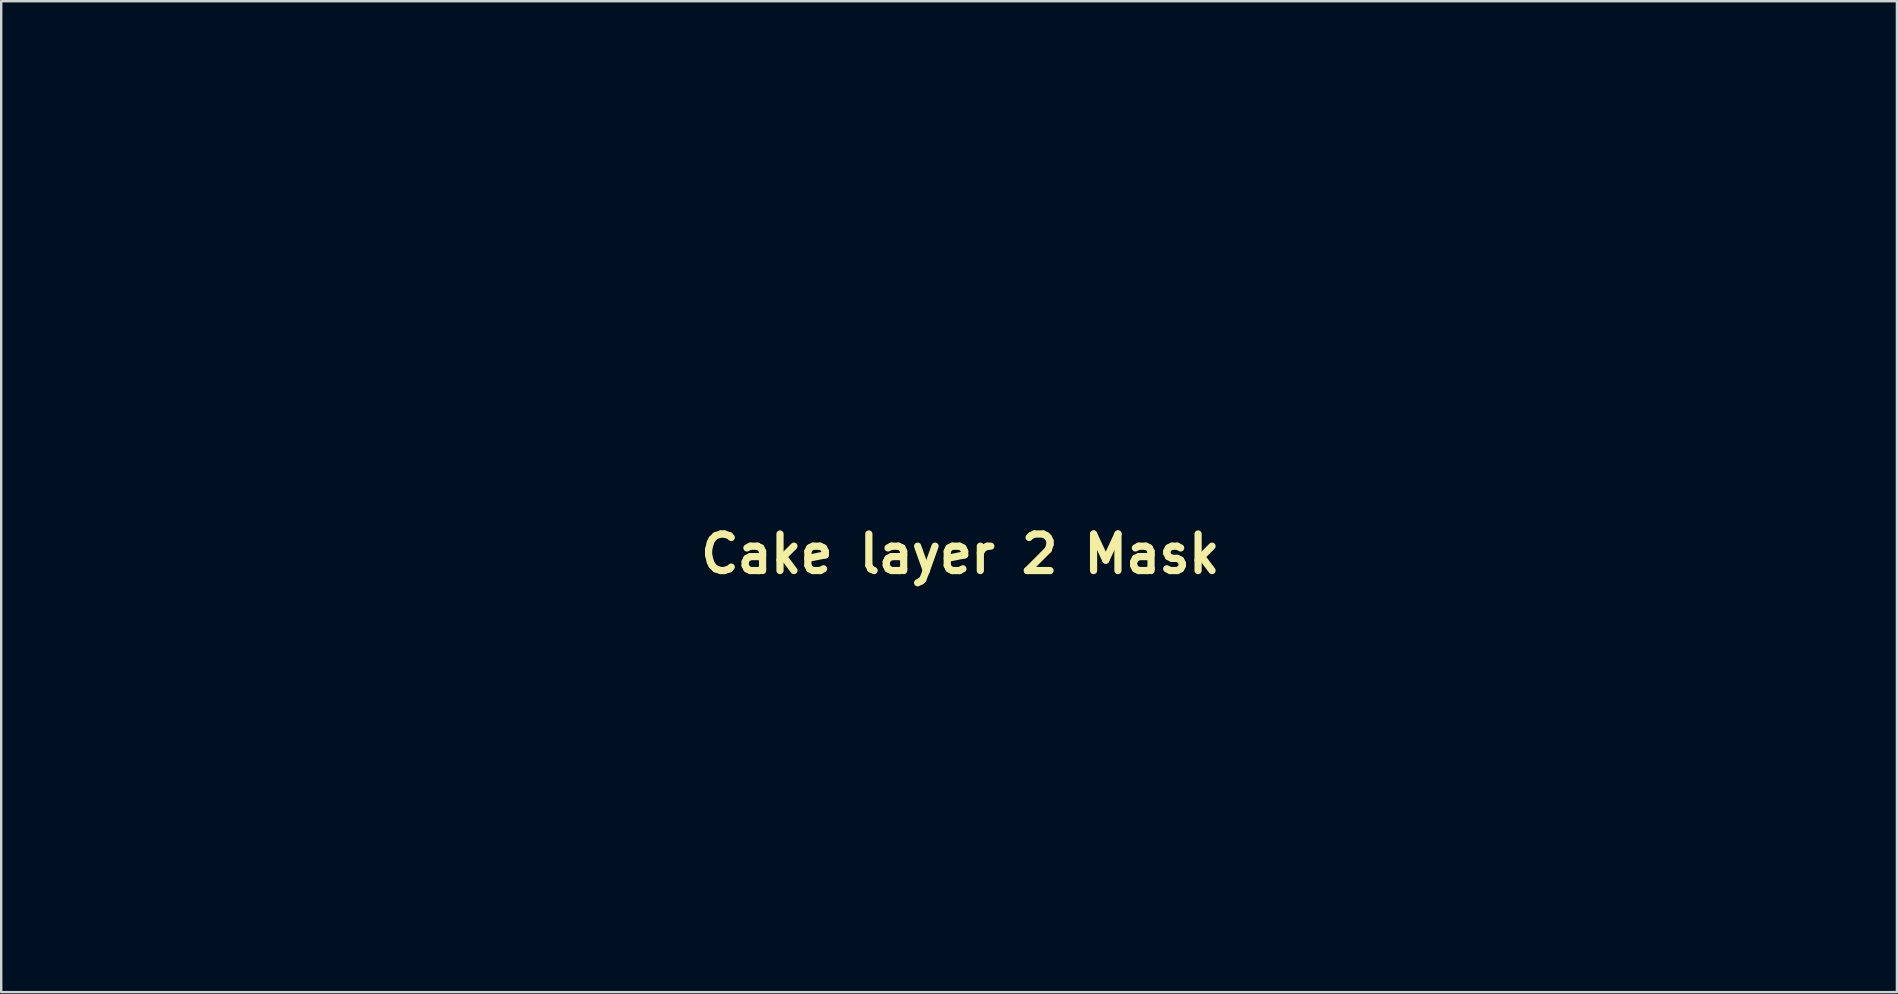
<source format=kicad_pcb>
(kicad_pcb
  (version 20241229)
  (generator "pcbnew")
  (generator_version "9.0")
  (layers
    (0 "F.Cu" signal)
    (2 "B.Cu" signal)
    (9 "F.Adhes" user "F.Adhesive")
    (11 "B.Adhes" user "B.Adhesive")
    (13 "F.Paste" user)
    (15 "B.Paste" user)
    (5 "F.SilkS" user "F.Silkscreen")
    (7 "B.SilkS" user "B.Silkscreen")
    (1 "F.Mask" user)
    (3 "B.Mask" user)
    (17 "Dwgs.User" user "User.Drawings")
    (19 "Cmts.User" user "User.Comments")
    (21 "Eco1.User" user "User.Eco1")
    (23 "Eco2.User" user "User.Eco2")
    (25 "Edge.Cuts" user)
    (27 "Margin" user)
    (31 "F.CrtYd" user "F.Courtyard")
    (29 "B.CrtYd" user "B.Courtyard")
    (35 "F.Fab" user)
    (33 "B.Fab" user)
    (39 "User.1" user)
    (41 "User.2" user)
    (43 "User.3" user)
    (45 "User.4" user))
  (footprint "Cake layer 2 Mask"
    (layer "F.Cu")
    (at 36.956 20.03)
    (property "Reference" "Cake layer 2 Mask" (at 0 0 0) (layer "F.SilkS") (effects (font (size 1.524 1.524) (thickness 0.3))))
    (attr through_hole)
    (fp_poly (pts (xy 4.054 -20.02) (xy 4.213 -20.007) (xy 4.506 -19.99) (xy 4.899 -19.97) (xy 5.357 -19.949) (xy 5.63 -19.937) (xy 6.112 -19.916) (xy 6.552 -19.896) (xy 6.915 -19.877) (xy 7.163 -19.863) (xy 7.239 -19.857) (xy 7.43 -19.841) (xy 7.741 -19.818) (xy 8.121 -19.791) (xy 8.38 -19.773) (xy 8.754 -19.744) (xy 9.064 -19.714) (xy 9.272 -19.686) (xy 9.338 -19.67) (xy 9.369 -19.569) (xy 9.376 -19.352) (xy 9.365 -19.148) (xy 9.307 -18.39) (xy 9.263 -17.58) (xy 9.233 -16.743) (xy 9.217 -15.908) (xy 9.215 -15.103) (xy 9.227 -14.356) (xy 9.254 -13.693) (xy 9.294 -13.142) (xy 9.35 -12.732) (xy 9.351 -12.722) (xy 9.389 -12.518) (xy 9.432 -12.267) (xy 9.432 -12.266) (xy 9.479 -12.006) (xy 9.523 -11.79) (xy 9.575 -11.567) (xy 9.602 -11.451) (xy 9.786 -10.819) (xy 10.023 -10.261) (xy 10.299 -9.8) (xy 10.6 -9.458) (xy 10.911 -9.258) (xy 10.978 -9.236) (xy 11.353 -9.214) (xy 11.761 -9.326) (xy 12.166 -9.552) (xy 12.53 -9.874) (xy 12.735 -10.138) (xy 12.905 -10.458) (xy 13.078 -10.879) (xy 13.228 -11.334) (xy 13.332 -11.757) (xy 13.345 -11.83) (xy 13.383 -12.06) (xy 13.412 -12.218) (xy 13.415 -12.234) (xy 13.438 -12.362) (xy 13.474 -12.594) (xy 13.496 -12.742) (xy 13.542 -13.05) (xy 13.588 -13.331) (xy 13.603 -13.42) (xy 13.615 -13.565) (xy 13.629 -13.857) (xy 13.644 -14.273) (xy 13.658 -14.791) (xy 13.672 -15.387) (xy 13.685 -16.04) (xy 13.691 -16.383) (xy 13.702 -17.042) (xy 13.712 -17.644) (xy 13.722 -18.169) (xy 13.731 -18.596) (xy 13.739 -18.906) (xy 13.745 -19.079) (xy 13.747 -19.107) (xy 13.83 -19.1) (xy 14.036 -19.068) (xy 14.323 -19.017) (xy 14.352 -19.011) (xy 14.716 -18.945) (xy 15.072 -18.885) (xy 15.313 -18.849) (xy 15.545 -18.811) (xy 15.893 -18.746) (xy 16.307 -18.665) (xy 16.667 -18.591) (xy 17.075 -18.505) (xy 17.44 -18.43) (xy 17.72 -18.373) (xy 17.865 -18.345) (xy 18.087 -18.297) (xy 18.364 -18.23) (xy 18.415 -18.217) (xy 18.689 -18.148) (xy 18.931 -18.095) (xy 18.965 -18.089) (xy 19.143 -18.05) (xy 19.432 -17.982) (xy 19.779 -17.895) (xy 19.897 -17.865) (xy 20.24 -17.777) (xy 20.533 -17.702) (xy 20.728 -17.654) (xy 20.765 -17.645) (xy 21.094 -17.565) (xy 21.437 -17.476) (xy 21.751 -17.388) (xy 21.995 -17.315) (xy 22.126 -17.268) (xy 22.137 -17.261) (xy 22.151 -17.169) (xy 22.169 -16.937) (xy 22.189 -16.593) (xy 22.209 -16.166) (xy 22.222 -15.831) (xy 22.253 -15.006) (xy 22.284 -14.331) (xy 22.32 -13.787) (xy 22.363 -13.353) (xy 22.419 -13.011) (xy 22.49 -12.74) (xy 22.582 -12.523) (xy 22.698 -12.338) (xy 22.841 -12.167) (xy 23.01 -11.997) (xy 23.244 -11.796) (xy 23.466 -11.687) (xy 23.76 -11.632) (xy 23.82 -11.625) (xy 24.118 -11.606) (xy 24.329 -11.637) (xy 24.536 -11.736) (xy 24.658 -11.814) (xy 24.95 -12.033) (xy 25.242 -12.289) (xy 25.32 -12.366) (xy 25.526 -12.626) (xy 25.748 -12.975) (xy 25.954 -13.357) (xy 26.113 -13.715) (xy 26.19 -13.97) (xy 26.234 -14.205) (xy 26.285 -14.475) (xy 26.285 -14.478) (xy 26.333 -14.731) (xy 26.371 -14.937) (xy 26.372 -14.944) (xy 26.393 -15.136) (xy 26.408 -15.402) (xy 26.41 -15.473) (xy 26.431 -15.703) (xy 26.503 -15.814) (xy 26.657 -15.815) (xy 26.923 -15.72) (xy 26.985 -15.694) (xy 27.234 -15.589) (xy 27.443 -15.505) (xy 27.474 -15.494) (xy 27.913 -15.32) (xy 28.451 -15.084) (xy 29.051 -14.807) (xy 29.671 -14.506) (xy 30.274 -14.201) (xy 30.82 -13.912) (xy 31.269 -13.657) (xy 31.454 -13.543) (xy 31.679 -13.404) (xy 31.872 -13.293) (xy 31.877 -13.29) (xy 32.428 -12.969) (xy 32.988 -12.593) (xy 33.498 -12.201) (xy 33.847 -11.89) (xy 34.123 -11.573) (xy 34.396 -11.179) (xy 34.634 -10.765) (xy 34.801 -10.387) (xy 34.849 -10.226) (xy 34.918 -9.909) (xy 34.963 -9.68) (xy 34.997 -9.465) (xy 35.006 -9.401) (xy 35.026 -9.195) (xy 35.051 -8.868) (xy 35.076 -8.469) (xy 35.094 -8.128) (xy 35.117 -7.689) (xy 35.141 -7.265) (xy 35.165 -6.914) (xy 35.179 -6.731) (xy 35.222 -6.256) (xy 35.266 -5.812) (xy 35.305 -5.438) (xy 35.337 -5.17) (xy 35.352 -5.064) (xy 35.375 -4.907) (xy 35.406 -4.644) (xy 35.433 -4.392) (xy 35.468 -4.063) (xy 35.501 -3.762) (xy 35.519 -3.604) (xy 35.543 -3.392) (xy 35.578 -3.052) (xy 35.621 -2.624) (xy 35.667 -2.148) (xy 35.713 -1.664) (xy 35.754 -1.212) (xy 35.779 -0.931) (xy 35.81 -0.608) (xy 35.84 -0.326) (xy 35.861 -0.171) (xy 35.884 0.044) (xy 35.908 0.393) (xy 35.933 0.845) (xy 35.957 1.365) (xy 35.978 1.92) (xy 35.996 2.476) (xy 36.008 2.998) (xy 36.014 3.455) (xy 36.014 3.598) (xy 36.005 4.544) (xy 35.982 5.339) (xy 35.945 6.001) (xy 35.89 6.549) (xy 35.816 7) (xy 35.72 7.372) (xy 35.601 7.684) (xy 35.545 7.798) (xy 35.354 8.097) (xy 35.177 8.233) (xy 35.018 8.203) (xy 34.935 8.108) (xy 34.812 7.853) (xy 34.683 7.47) (xy 34.557 7.001) (xy 34.446 6.485) (xy 34.415 6.308) (xy 34.368 6.042) (xy 34.332 5.842) (xy 34.303 5.661) (xy 34.263 5.366) (xy 34.219 5.014) (xy 34.207 4.911) (xy 34.148 4.417) (xy 34.096 4.044) (xy 34.044 3.746) (xy 33.981 3.475) (xy 33.898 3.185) (xy 33.813 2.912) (xy 33.583 2.32) (xy 33.317 1.889) (xy 33.009 1.614) (xy 32.657 1.489) (xy 32.597 1.483) (xy 32.154 1.529) (xy 31.763 1.729) (xy 31.431 2.075) (xy 31.17 2.556) (xy 31.014 3.048) (xy 30.982 3.281) (xy 30.96 3.656) (xy 30.946 4.146) (xy 30.94 4.722) (xy 30.943 5.358) (xy 30.954 6.026) (xy 30.973 6.699) (xy 31 7.349) (xy 31.034 7.949) (xy 31.06 8.297) (xy 31.082 8.667) (xy 31.096 9.118) (xy 31.101 9.603) (xy 31.099 10.077) (xy 31.089 10.494) (xy 31.07 10.808) (xy 31.06 10.901) (xy 31.03 10.982) (xy 30.961 10.983) (xy 30.837 10.89) (xy 30.637 10.69) (xy 30.403 10.435) (xy 29.91 9.816) (xy 29.513 9.144) (xy 29.187 8.375) (xy 29.036 7.916) (xy 28.838 7.384) (xy 28.571 6.826) (xy 28.276 6.325) (xy 28.178 6.186) (xy 27.975 5.961) (xy 27.682 5.701) (xy 27.347 5.442) (xy 27.017 5.219) (xy 26.74 5.067) (xy 26.656 5.035) (xy 26.467 4.963) (xy 26.374 4.911) (xy 26.215 4.834) (xy 25.953 4.744) (xy 25.651 4.662) (xy 25.442 4.618) (xy 25.177 4.568) (xy 24.977 4.527) (xy 24.795 4.504) (xy 24.499 4.486) (xy 24.145 4.475) (xy 24.041 4.473) (xy 23.648 4.478) (xy 23.359 4.509) (xy 23.107 4.578) (xy 22.827 4.698) (xy 22.824 4.7) (xy 22.455 4.905) (xy 22.031 5.189) (xy 21.614 5.506) (xy 21.266 5.812) (xy 21.243 5.834) (xy 20.543 6.442) (xy 19.729 7) (xy 18.858 7.472) (xy 18.043 7.805) (xy 17.201 8.074) (xy 16.452 8.268) (xy 15.744 8.398) (xy 15.023 8.472) (xy 14.235 8.5) (xy 14.012 8.501) (xy 13.473 8.488) (xy 12.996 8.443) (xy 12.534 8.356) (xy 12.04 8.218) (xy 11.467 8.019) (xy 11.134 7.892) (xy 10.797 7.761) (xy 10.447 7.627) (xy 10.329 7.581) (xy 10.064 7.478) (xy 9.84 7.389) (xy 9.779 7.364) (xy 9.055 7.082) (xy 8.328 6.835) (xy 7.644 6.637) (xy 7.048 6.502) (xy 6.9 6.477) (xy 6.603 6.448) (xy 6.229 6.433) (xy 5.84 6.431) (xy 5.498 6.444) (xy 5.274 6.47) (xy 4.922 6.582) (xy 4.544 6.765) (xy 4.215 6.977) (xy 4.093 7.083) (xy 3.92 7.265) (xy 3.76 7.46) (xy 3.595 7.694) (xy 3.406 7.997) (xy 3.175 8.395) (xy 2.897 8.89) (xy 2.512 9.496) (xy 2.099 9.979) (xy 1.673 10.329) (xy 1.248 10.533) (xy 0.925 10.583) (xy 0.677 10.529) (xy 0.355 10.385) (xy 0.007 10.177) (xy -0.32 9.934) (xy -0.475 9.792) (xy -0.634 9.601) (xy -0.829 9.323) (xy -1.036 8.997) (xy -1.232 8.663) (xy -1.394 8.359) (xy -1.497 8.125) (xy -1.523 8.021) (xy -1.56 7.898) (xy -1.664 7.646) (xy -1.823 7.29) (xy -2.028 6.852) (xy -2.147 6.604) (xy -2.303 6.338) (xy -2.525 6.03) (xy -2.786 5.71) (xy -3.059 5.409) (xy -3.317 5.155) (xy -3.532 4.979) (xy -3.678 4.911) (xy -3.682 4.911) (xy -3.824 4.851) (xy -3.887 4.792) (xy -4.08 4.658) (xy -4.395 4.54) (xy -4.787 4.45) (xy -5.21 4.401) (xy -5.461 4.395) (xy -5.916 4.412) (xy -6.254 4.449) (xy -6.53 4.517) (xy -6.797 4.626) (xy -6.889 4.672) (xy -7.649 5.133) (xy -8.347 5.702) (xy -8.962 6.354) (xy -9.473 7.063) (xy -9.859 7.803) (xy -10.098 8.548) (xy -10.103 8.572) (xy -10.169 9.046) (xy -10.192 9.582) (xy -10.173 10.101) (xy -10.124 10.456) (xy -10.037 10.908) (xy -9.984 11.289) (xy -9.957 11.673) (xy -9.949 12.137) (xy -9.949 12.234) (xy -10.011 13.039) (xy -10.194 13.727) (xy -10.5 14.301) (xy -10.93 14.765) (xy -11.161 14.936) (xy -11.632 15.169) (xy -12.091 15.248) (xy -12.52 15.17) (xy -12.639 15.116) (xy -12.853 14.987) (xy -13.02 14.832) (xy -13.188 14.6) (xy -13.29 14.436) (xy -13.383 14.262) (xy -13.444 14.08) (xy -13.482 13.849) (xy -13.503 13.525) (xy -13.513 13.166) (xy -13.504 12.466) (xy -13.438 11.844) (xy -13.369 11.472) (xy -13.29 11.101) (xy -13.221 10.764) (xy -13.172 10.517) (xy -13.161 10.456) (xy -13.123 10.232) (xy -13.068 9.921) (xy -13.028 9.694) (xy -12.987 9.312) (xy -12.979 8.859) (xy -13 8.393) (xy -13.048 7.975) (xy -13.12 7.662) (xy -13.124 7.651) (xy -13.385 7.067) (xy -13.716 6.591) (xy -14.155 6.177) (xy -14.52 5.918) (xy -14.879 5.706) (xy -15.21 5.569) (xy -15.57 5.494) (xy -16.016 5.465) (xy -16.256 5.463) (xy -16.654 5.47) (xy -16.943 5.495) (xy -17.182 5.55) (xy -17.431 5.648) (xy -17.624 5.739) (xy -18.158 6.05) (xy -18.747 6.484) (xy -19.364 7.018) (xy -19.979 7.629) (xy -20.193 7.86) (xy -20.813 8.493) (xy -21.395 8.966) (xy -21.943 9.283) (xy -22.465 9.447) (xy -22.967 9.462) (xy -23.081 9.444) (xy -23.437 9.294) (xy -23.802 8.977) (xy -24.174 8.494) (xy -24.55 7.848) (xy -24.674 7.601) (xy -24.853 7.228) (xy -25 6.908) (xy -25.102 6.673) (xy -25.145 6.554) (xy -25.146 6.549) (xy -25.19 6.425) (xy -25.307 6.203) (xy -25.471 5.922) (xy -25.658 5.623) (xy -25.843 5.345) (xy -26.002 5.129) (xy -26.062 5.059) (xy -26.298 4.879) (xy -26.561 4.84) (xy -26.879 4.94) (xy -27.044 5.028) (xy -27.42 5.211) (xy -27.855 5.365) (xy -28.279 5.47) (xy -28.591 5.503) (xy -28.973 5.434) (xy -29.404 5.238) (xy -29.845 4.936) (xy -30.109 4.702) (xy -30.317 4.493) (xy -30.506 4.283) (xy -30.698 4.044) (xy -30.916 3.745) (xy -31.183 3.358) (xy -31.467 2.936) (xy -31.8 2.457) (xy -32.093 2.092) (xy -32.381 1.803) (xy -32.698 1.554) (xy -32.825 1.467) (xy -33.123 1.288) (xy -33.391 1.186) (xy -33.712 1.133) (xy -33.869 1.12) (xy -34.339 1.119) (xy -34.71 1.205) (xy -35.034 1.397) (xy -35.283 1.627) (xy -35.439 1.806) (xy -35.56 1.999) (xy -35.651 2.229) (xy -35.716 2.519) (xy -35.758 2.89) (xy -35.781 3.365) (xy -35.789 3.967) (xy -35.787 4.613) (xy -35.783 5.229) (xy -35.783 5.698) (xy -35.789 6.044) (xy -35.802 6.288) (xy -35.824 6.455) (xy -35.857 6.565) (xy -35.903 6.643) (xy -35.937 6.684) (xy -36.171 6.833) (xy -36.441 6.848) (xy -36.687 6.737) (xy -36.829 6.562) (xy -36.882 6.364) (xy -36.92 6.038) (xy -36.943 5.623) (xy -36.951 5.158) (xy -36.943 4.683) (xy -36.92 4.237) (xy -36.882 3.862) (xy -36.841 3.641) (xy -36.816 3.449) (xy -36.797 3.109) (xy -36.785 2.642) (xy -36.778 2.068) (xy -36.778 1.41) (xy -36.783 0.687) (xy -36.794 -0.08) (xy -36.81 -0.869) (xy -36.832 -1.659) (xy -36.858 -2.43) (xy -36.89 -3.161) (xy -36.891 -3.175) (xy -36.916 -3.804) (xy -36.935 -4.48) (xy -36.947 -5.172) (xy -36.951 -5.851) (xy -36.949 -6.488) (xy -36.94 -7.053) (xy -36.924 -7.516) (xy -36.9 -7.848) (xy -36.892 -7.916) (xy -36.805 -8.353) (xy -31.242 -8.353) (xy -31.183 -8.153) (xy -31.043 -7.972) (xy -30.877 -7.877) (xy -30.847 -7.874) (xy -30.678 -7.835) (xy -30.585 -7.793) (xy -30.395 -7.702) (xy -30.096 -7.572) (xy -29.738 -7.425) (xy -29.591 -7.367) (xy -29.428 -7.303) (xy -29.166 -7.198) (xy -28.871 -7.079) (xy -28.588 -6.969) (xy -28.365 -6.889) (xy -28.251 -6.858) (xy -28.249 -6.858) (xy -28.13 -6.825) (xy -27.934 -6.744) (xy -27.91 -6.733) (xy -27.682 -6.638) (xy -27.371 -6.524) (xy -27.136 -6.444) (xy -26.762 -6.32) (xy -26.364 -6.184) (xy -26.162 -6.112) (xy -25.861 -6.008) (xy -25.468 -5.88) (xy -25.055 -5.749) (xy -24.934 -5.711) (xy -24.553 -5.594) (xy -24.191 -5.481) (xy -23.908 -5.393) (xy -23.834 -5.369) (xy -23.546 -5.282) (xy -23.278 -5.209) (xy -23.241 -5.2) (xy -23.033 -5.148) (xy -22.902 -5.112) (xy -22.772 -5.076) (xy -22.551 -5.016) (xy -22.479 -4.996) (xy -22.233 -4.93) (xy -22.043 -4.878) (xy -22.013 -4.87) (xy -21.806 -4.813) (xy -21.498 -4.732) (xy -21.136 -4.638) (xy -20.764 -4.543) (xy -20.428 -4.458) (xy -20.174 -4.396) (xy -20.059 -4.369) (xy -19.685 -4.289) (xy -19.434 -4.23) (xy -19.318 -4.198) (xy -19.123 -4.148) (xy -18.965 -4.115) (xy -18.73 -4.069) (xy -18.398 -4.002) (xy -18.041 -3.927) (xy -17.727 -3.861) (xy -17.695 -3.854) (xy -16.845 -3.688) (xy -16.806 -3.681) (xy -16.536 -3.633) (xy -16.222 -3.572) (xy -15.917 -3.51) (xy -15.4 -3.406) (xy -14.967 -3.328) (xy -14.537 -3.261) (xy -14.26 -3.222) (xy -13.916 -3.174) (xy -13.621 -3.131) (xy -13.429 -3.1) (xy -13.405 -3.096) (xy -13.224 -3.066) (xy -12.951 -3.028) (xy -12.785 -3.006) (xy -12.493 -2.966) (xy -12.247 -2.93) (xy -12.158 -2.914) (xy -11.98 -2.886) (xy -11.672 -2.843) (xy -11.276 -2.791) (xy -10.829 -2.735) (xy -10.373 -2.679) (xy -9.945 -2.629) (xy -9.586 -2.59) (xy -9.483 -2.579) (xy -9.15 -2.545) (xy -8.848 -2.512) (xy -8.678 -2.493) (xy -8.471 -2.471) (xy -8.158 -2.444) (xy -7.801 -2.416) (xy -7.747 -2.412) (xy -7.389 -2.384) (xy -7.065 -2.355) (xy -6.838 -2.332) (xy -6.816 -2.329) (xy -6.622 -2.309) (xy -6.31 -2.283) (xy -5.933 -2.255) (xy -5.715 -2.239) (xy -5.31 -2.212) (xy -4.93 -2.185) (xy -4.632 -2.164) (xy -4.53 -2.156) (xy -4.33 -2.143) (xy -3.998 -2.126) (xy -3.573 -2.105) (xy -3.091 -2.083) (xy -2.794 -2.07) (xy -2.326 -2.049) (xy -1.92 -2.026) (xy -1.605 -2.005) (xy -1.41 -1.987) (xy -1.36 -1.977) (xy -1.27 -1.971) (xy -1.028 -1.966) (xy -0.652 -1.964) (xy -0.159 -1.962) (xy 0.433 -1.963) (xy 1.107 -1.965) (xy 1.846 -1.968) (xy 2.631 -1.972) (xy 3.445 -1.977) (xy 4.272 -1.983) (xy 5.093 -1.99) (xy 5.89 -1.998) (xy 6.647 -2.006) (xy 7.346 -2.014) (xy 7.969 -2.022) (xy 8.499 -2.031) (xy 8.918 -2.04) (xy 9.21 -2.048) (xy 9.355 -2.056) (xy 9.356 -2.056) (xy 9.579 -2.078) (xy 9.921 -2.105) (xy 10.331 -2.133) (xy 10.668 -2.154) (xy 11.114 -2.184) (xy 11.664 -2.229) (xy 12.272 -2.283) (xy 12.889 -2.342) (xy 13.469 -2.401) (xy 13.965 -2.457) (xy 14.266 -2.495) (xy 14.502 -2.526) (xy 14.812 -2.564) (xy 14.969 -2.583) (xy 15.255 -2.619) (xy 15.488 -2.652) (xy 15.57 -2.665) (xy 15.739 -2.692) (xy 16.003 -2.727) (xy 16.18 -2.749) (xy 16.509 -2.794) (xy 16.931 -2.859) (xy 17.385 -2.935) (xy 17.809 -3.01) (xy 18.142 -3.075) (xy 18.203 -3.088) (xy 18.381 -3.124) (xy 18.673 -3.179) (xy 19.028 -3.243) (xy 19.177 -3.269) (xy 19.518 -3.331) (xy 19.792 -3.385) (xy 19.958 -3.423) (xy 19.988 -3.433) (xy 20.098 -3.467) (xy 20.301 -3.508) (xy 20.327 -3.513) (xy 20.568 -3.559) (xy 20.753 -3.604) (xy 20.758 -3.605) (xy 20.969 -3.663) (xy 21.054 -3.684) (xy 21.23 -3.726) (xy 21.487 -3.789) (xy 21.59 -3.815) (xy 21.868 -3.881) (xy 22.107 -3.935) (xy 22.166 -3.947) (xy 22.37 -3.996) (xy 22.639 -4.073) (xy 22.716 -4.097) (xy 23.037 -4.195) (xy 23.383 -4.298) (xy 23.453 -4.318) (xy 23.737 -4.405) (xy 24.097 -4.521) (xy 24.405 -4.625) (xy 24.684 -4.715) (xy 24.887 -4.768) (xy 24.976 -4.774) (xy 24.977 -4.771) (xy 25.028 -4.77) (xy 25.082 -4.808) (xy 25.218 -4.877) (xy 25.458 -4.967) (xy 25.679 -5.037) (xy 25.99 -5.136) (xy 26.267 -5.239) (xy 26.399 -5.298) (xy 26.597 -5.385) (xy 26.735 -5.418) (xy 26.898 -5.455) (xy 26.989 -5.493) (xy 27.173 -5.579) (xy 27.39 -5.672) (xy 27.806 -5.843) (xy 28.157 -5.991) (xy 28.483 -6.135) (xy 28.825 -6.293) (xy 29.224 -6.485) (xy 29.722 -6.728) (xy 29.887 -6.809) (xy 30.56 -7.143) (xy 31.094 -7.416) (xy 31.505 -7.637) (xy 31.809 -7.818) (xy 32.021 -7.967) (xy 32.156 -8.096) (xy 32.229 -8.215) (xy 32.256 -8.333) (xy 32.258 -8.375) (xy 32.186 -8.632) (xy 32.004 -8.824) (xy 31.761 -8.906) (xy 31.689 -8.903) (xy 31.475 -8.843) (xy 31.22 -8.728) (xy 31.168 -8.7) (xy 30.85 -8.526) (xy 30.441 -8.315) (xy 29.965 -8.076) (xy 29.445 -7.821) (xy 28.905 -7.562) (xy 28.368 -7.308) (xy 27.857 -7.072) (xy 27.397 -6.864) (xy 27.011 -6.696) (xy 26.722 -6.579) (xy 26.554 -6.522) (xy 26.531 -6.519) (xy 26.429 -6.488) (xy 26.242 -6.413) (xy 26.217 -6.402) (xy 26.039 -6.332) (xy 25.757 -6.229) (xy 25.416 -6.108) (xy 25.061 -5.986) (xy 24.738 -5.878) (xy 24.493 -5.8) (xy 24.384 -5.77) (xy 24.29 -5.741) (xy 24.074 -5.669) (xy 23.772 -5.568) (xy 23.58 -5.503) (xy 23.228 -5.386) (xy 22.921 -5.288) (xy 22.707 -5.224) (xy 22.648 -5.208) (xy 22.477 -5.168) (xy 22.208 -5.1) (xy 21.971 -5.039) (xy 21.662 -4.961) (xy 21.389 -4.894) (xy 21.251 -4.863) (xy 21.029 -4.811) (xy 20.752 -4.742) (xy 20.701 -4.728) (xy 20.448 -4.663) (xy 20.246 -4.613) (xy 20.214 -4.605) (xy 20.008 -4.559) (xy 19.875 -4.529) (xy 19.633 -4.477) (xy 19.473 -4.445) (xy 19.211 -4.393) (xy 19.05 -4.36) (xy 18.802 -4.312) (xy 18.584 -4.273) (xy 18.319 -4.226) (xy 18.119 -4.188) (xy 17.725 -4.112) (xy 17.41 -4.056) (xy 17.187 -4.022) (xy 16.917 -3.978) (xy 16.682 -3.936) (xy 16.676 -3.935) (xy 16.359 -3.879) (xy 15.937 -3.813) (xy 15.475 -3.747) (xy 15.037 -3.69) (xy 14.944 -3.679) (xy 14.63 -3.642) (xy 14.355 -3.609) (xy 14.224 -3.593) (xy 13.958 -3.561) (xy 13.573 -3.52) (xy 13.119 -3.473) (xy 12.644 -3.427) (xy 12.615 -3.425) (xy 12.275 -3.392) (xy 11.942 -3.359) (xy 11.811 -3.346) (xy 11.06 -3.279) (xy 10.145 -3.216) (xy 9.072 -3.157) (xy 7.847 -3.102) (xy 6.476 -3.052) (xy 4.963 -3.007) (xy 4.657 -2.999) (xy 4.066 -2.99) (xy 3.339 -2.988) (xy 2.506 -2.993) (xy 1.601 -3.004) (xy 0.656 -3.02) (xy -0.299 -3.04) (xy -1.229 -3.065) (xy -2.104 -3.093) (xy -2.891 -3.123) (xy -3.558 -3.156) (xy -3.855 -3.174) (xy -4.252 -3.201) (xy -4.714 -3.231) (xy -5.122 -3.258) (xy -6.352 -3.344) (xy -7.427 -3.432) (xy -8.365 -3.523) (xy -9.017 -3.598) (xy -9.238 -3.623) (xy -9.551 -3.658) (xy -9.821 -3.688) (xy -10.135 -3.722) (xy -10.4 -3.752) (xy -10.541 -3.77) (xy -10.715 -3.792) (xy -10.989 -3.826) (xy -11.218 -3.854) (xy -11.514 -3.89) (xy -11.755 -3.923) (xy -11.862 -3.939) (xy -12.02 -3.964) (xy -12.276 -4) (xy -12.446 -4.022) (xy -12.737 -4.061) (xy -12.981 -4.097) (xy -13.069 -4.112) (xy -13.267 -4.146) (xy -13.531 -4.187) (xy -13.586 -4.194) (xy -13.864 -4.235) (xy -14.108 -4.272) (xy -14.139 -4.277) (xy -14.531 -4.34) (xy -14.798 -4.383) (xy -14.981 -4.415) (xy -15.122 -4.441) (xy -15.155 -4.448) (xy -15.418 -4.499) (xy -15.579 -4.53) (xy -15.841 -4.58) (xy -16.002 -4.611) (xy -16.25 -4.658) (xy -16.468 -4.697) (xy -16.733 -4.744) (xy -16.933 -4.784) (xy -17.196 -4.837) (xy -17.357 -4.868) (xy -17.701 -4.936) (xy -17.926 -4.984) (xy -18.078 -5.023) (xy -18.104 -5.031) (xy -18.295 -5.077) (xy -18.479 -5.114) (xy -18.71 -5.16) (xy -18.86 -5.198) (xy -19.062 -5.248) (xy -19.219 -5.279) (xy -19.384 -5.314) (xy -19.678 -5.384) (xy -20.067 -5.479) (xy -20.517 -5.591) (xy -20.995 -5.711) (xy -21.465 -5.832) (xy -21.893 -5.943) (xy -22.245 -6.037) (xy -22.31 -6.055) (xy -22.575 -6.129) (xy -22.801 -6.192) (xy -23.037 -6.26) (xy -23.334 -6.346) (xy -23.742 -6.465) (xy -23.749 -6.467) (xy -24.29 -6.632) (xy -24.923 -6.835) (xy -25.616 -7.067) (xy -26.335 -7.314) (xy -27.046 -7.565) (xy -27.718 -7.809) (xy -28.315 -8.033) (xy -28.806 -8.227) (xy -29.053 -8.331) (xy -29.263 -8.417) (xy -29.401 -8.464) (xy -29.418 -8.467) (xy -29.521 -8.499) (xy -29.722 -8.582) (xy -29.861 -8.643) (xy -30.289 -8.812) (xy -30.615 -8.874) (xy -30.865 -8.831) (xy -31.034 -8.718) (xy -31.178 -8.534) (xy -31.242 -8.359) (xy -31.242 -8.353) (xy -36.805 -8.353) (xy -36.69 -8.928) (xy -36.377 -9.821) (xy -35.944 -10.612) (xy -35.385 -11.315) (xy -35.061 -11.634) (xy -34.861 -11.818) (xy -34.699 -11.969) (xy -34.662 -12.005) (xy -34.553 -12.089) (xy -34.328 -12.249) (xy -34.009 -12.469) (xy -33.621 -12.734) (xy -33.188 -13.026) (xy -32.735 -13.329) (xy -32.286 -13.627) (xy -31.865 -13.905) (xy -31.496 -14.145) (xy -31.204 -14.331) (xy -31.03 -14.437) (xy -30.744 -14.606) (xy -30.474 -14.765) (xy -30.353 -14.836) (xy -30.053 -15.001) (xy -29.636 -15.212) (xy -29.144 -15.45) (xy -28.615 -15.695) (xy -28.091 -15.93) (xy -27.612 -16.135) (xy -27.284 -16.267) (xy -27.043 -16.364) (xy -26.903 -16.423) (xy -26.764 -16.475) (xy -26.503 -16.567) (xy -26.156 -16.684) (xy -25.763 -16.816) (xy -25.362 -16.949) (xy -24.99 -17.071) (xy -24.686 -17.168) (xy -24.489 -17.228) (xy -24.469 -17.234) (xy -24.322 -17.275) (xy -24.074 -17.347) (xy -23.855 -17.411) (xy -23.592 -17.481) (xy -23.402 -17.519) (xy -23.335 -17.519) (xy -23.307 -17.422) (xy -23.271 -17.212) (xy -23.25 -17.06) (xy -23.081 -16.114) (xy -22.824 -15.272) (xy -22.487 -14.546) (xy -22.075 -13.945) (xy -21.596 -13.479) (xy -21.054 -13.158) (xy -20.659 -13.029) (xy -20.236 -13.013) (xy -19.835 -13.157) (xy -19.471 -13.45) (xy -19.159 -13.881) (xy -19.07 -14.055) (xy -18.973 -14.307) (xy -18.862 -14.67) (xy -18.751 -15.088) (xy -18.654 -15.504) (xy -18.586 -15.863) (xy -18.573 -15.96) (xy -18.539 -16.211) (xy -18.509 -16.385) (xy -18.496 -16.428) (xy -18.482 -16.525) (xy -18.462 -16.756) (xy -18.439 -17.088) (xy -18.416 -17.485) (xy -18.416 -17.486) (xy -18.392 -17.889) (xy -18.368 -18.232) (xy -18.347 -18.48) (xy -18.332 -18.593) (xy -18.296 -18.641) (xy -18.203 -18.685) (xy -18.027 -18.731) (xy -17.744 -18.785) (xy -17.328 -18.854) (xy -17.145 -18.883) (xy -16.842 -18.932) (xy -16.587 -18.974) (xy -16.468 -18.996) (xy -16.293 -19.025) (xy -16.02 -19.065) (xy -15.79 -19.097) (xy -15.515 -19.134) (xy -15.314 -19.164) (xy -15.24 -19.176) (xy -15.14 -19.191) (xy -14.921 -19.219) (xy -14.647 -19.252) (xy -14.325 -19.291) (xy -14.042 -19.327) (xy -13.885 -19.349) (xy -13.694 -19.371) (xy -13.399 -19.401) (xy -13.081 -19.428) (xy -12.711 -19.46) (xy -12.347 -19.494) (xy -12.107 -19.518) (xy -11.779 -19.552) (xy -11.411 -19.591) (xy -11.292 -19.603) (xy -10.858 -19.648) (xy -10.883 -19.37) (xy -10.934 -18.703) (xy -10.977 -17.963) (xy -11.01 -17.181) (xy -11.033 -16.387) (xy -11.045 -15.612) (xy -11.046 -14.887) (xy -11.036 -14.241) (xy -11.014 -13.706) (xy -10.982 -13.335) (xy -10.836 -12.4) (xy -10.645 -11.616) (xy -10.404 -10.973) (xy -10.108 -10.456) (xy -9.752 -10.055) (xy -9.715 -10.022) (xy -9.337 -9.785) (xy -8.86 -9.612) (xy -8.347 -9.525) (xy -8.053 -9.521) (xy -7.525 -9.626) (xy -7.078 -9.879) (xy -6.714 -10.279) (xy -6.433 -10.825) (xy -6.263 -11.392) (xy -6.235 -11.601) (xy -6.212 -11.951) (xy -6.194 -12.413) (xy -6.181 -12.96) (xy -6.174 -13.563) (xy -6.171 -14.193) (xy -6.175 -14.823) (xy -6.184 -15.424) (xy -6.2 -15.968) (xy -6.221 -16.426) (xy -6.222 -16.427) (xy -6.25 -16.889) (xy -6.281 -17.407) (xy -6.309 -17.865) (xy -6.337 -18.313) (xy -6.369 -18.803) (xy -6.4 -19.231) (xy -6.4 -19.241) (xy -6.449 -19.897) (xy -6.082 -19.906) (xy -5.76 -19.917) (xy -5.399 -19.932) (xy -5.292 -19.937) (xy -5.076 -19.945) (xy -4.725 -19.955) (xy -4.273 -19.966) (xy -3.752 -19.977) (xy -3.198 -19.987) (xy -3.133 -19.988) (xy -1.397 -20.018) (xy -1.327 -19.513) (xy -1.261 -19.099) (xy -1.171 -18.594) (xy -1.068 -18.071) (xy -0.969 -17.611) (xy -0.903 -17.417) (xy -0.842 -17.319) (xy -0.767 -17.165) (xy -0.762 -17.119) (xy -0.706 -16.936) (xy -0.56 -16.686) (xy -0.36 -16.415) (xy -0.141 -16.17) (xy 0.062 -16) (xy 0.078 -15.99) (xy 0.468 -15.841) (xy 0.804 -15.813) (xy 1.128 -15.823) (xy 1.356 -15.857) (xy 1.565 -15.936) (xy 1.829 -16.08) (xy 1.886 -16.114) (xy 2.093 -16.267) (xy 2.334 -16.491) (xy 2.574 -16.749) (xy 2.781 -17.002) (xy 2.922 -17.214) (xy 2.964 -17.332) (xy 3 -17.448) (xy 3.085 -17.63) (xy 3.17 -17.844) (xy 3.272 -18.173) (xy 3.378 -18.567) (xy 3.475 -18.975) (xy 3.55 -19.345) (xy 3.586 -19.589) (xy 3.649 -19.865) (xy 3.782 -20.002) (xy 4.013 -20.025) (xy 4.054 -20.02)) (stroke (width 0.01) (type solid)) (fill yes) (layer "F.Mask")))
  (gr_rect
    (start -3 -3)
    (end 75.975 38.282)
    (stroke (width 0.1) (type default))
    (fill no)
    (layer "Edge.Cuts")))
</source>
